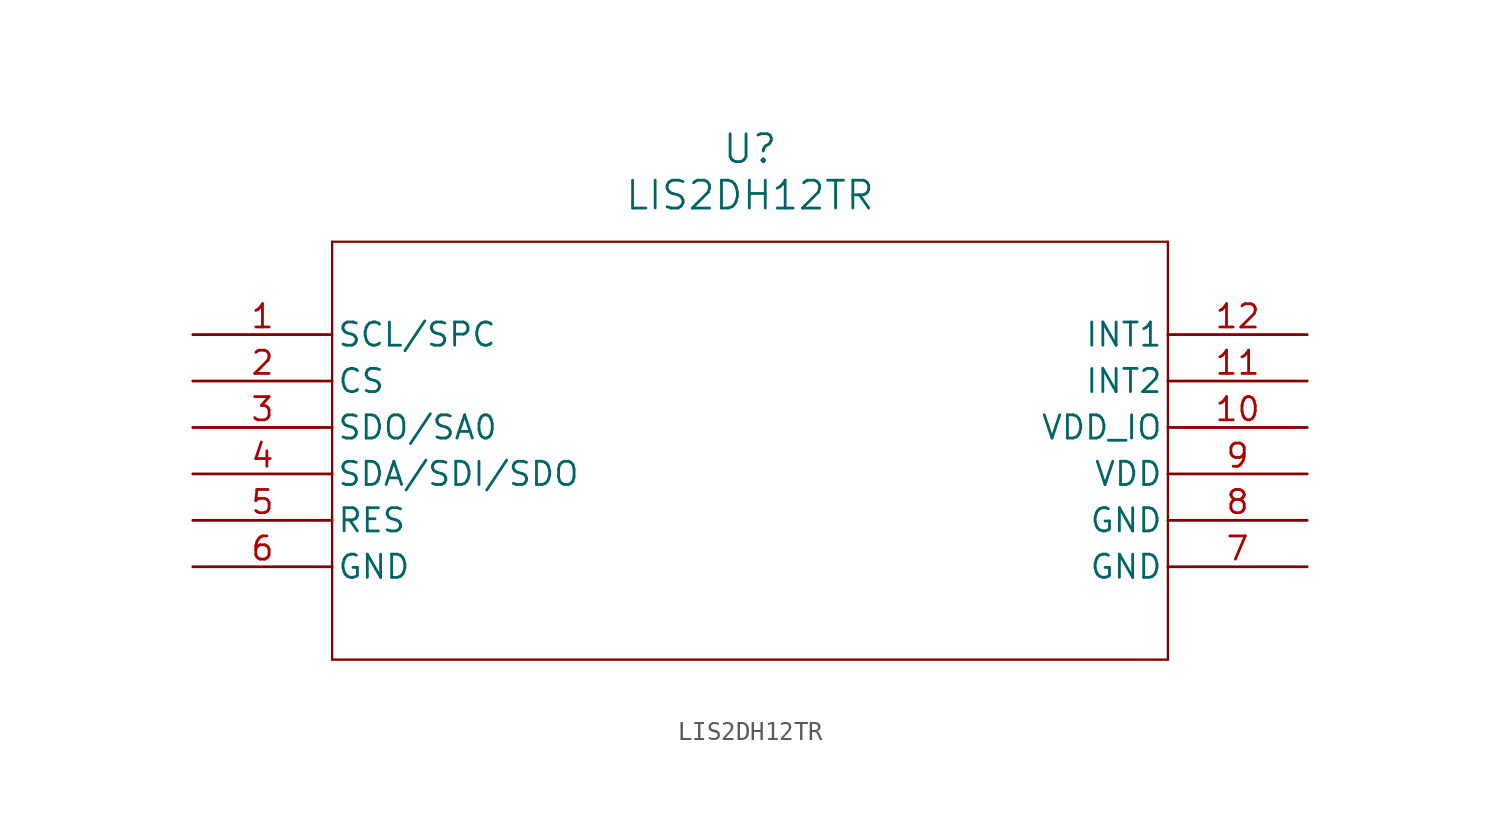
<source format=kicad_sym>
(kicad_symbol_lib
  (version 20211014)
  (generator kicad_symbol_editor)
  (symbol "LIS2DH12TR"
    (pin_names
      (offset 0.254))
    (property "Reference" "U"
      (at 30.48 10.16 0)
      (effects (font (size 1.524 1.524))))
    (property "Value" "LIS2DH12TR"
      (at 30.48 7.62 0)
      (effects (font (size 1.524 1.524))))
    (symbol "LIS2DH12TR_0_1"
      (polyline (pts (xy 7.62 5.08) (xy 7.62 -17.78)) (stroke (width 0.127) (type default) (color 0 0 0 0)) (fill (type none)))
      (polyline (pts (xy 7.62 -17.78) (xy 53.34 -17.78)) (stroke (width 0.127) (type default) (color 0 0 0 0)) (fill (type none)))
      (polyline (pts (xy 53.34 -17.78) (xy 53.34 5.08)) (stroke (width 0.127) (type default) (color 0 0 0 0)) (fill (type none)))
      (polyline (pts (xy 53.34 5.08) (xy 7.62 5.08)) (stroke (width 0.127) (type default) (color 0 0 0 0)) (fill (type none)))
      (pin bidirectional line (at 0 0 0) (length 7.62) (name "SCL/SPC" (effects (font (size 1.27 1.27)))) (number "1" (effects (font (size 1.27 1.27)))))
      (pin bidirectional line (at 0 -2.54 0) (length 7.62) (name "CS" (effects (font (size 1.27 1.27)))) (number "2" (effects (font (size 1.27 1.27)))))
      (pin bidirectional line (at 0 -5.08 0) (length 7.62) (name "SDO/SA0" (effects (font (size 1.27 1.27)))) (number "3" (effects (font (size 1.27 1.27)))))
      (pin bidirectional line (at 0 -7.62 0) (length 7.62) (name "SDA/SDI/SDO" (effects (font (size 1.27 1.27)))) (number "4" (effects (font (size 1.27 1.27)))))
      (pin unspecified line (at 0 -10.16 0) (length 7.62) (name "RES" (effects (font (size 1.27 1.27)))) (number "5" (effects (font (size 1.27 1.27)))))
      (pin power_in line (at 0 -12.7 0) (length 7.62) (name "GND" (effects (font (size 1.27 1.27)))) (number "6" (effects (font (size 1.27 1.27)))))
      (pin power_in line (at 60.96 -12.7 180) (length 7.62) (name "GND" (effects (font (size 1.27 1.27)))) (number "7" (effects (font (size 1.27 1.27)))))
      (pin power_in line (at 60.96 -10.16 180) (length 7.62) (name "GND" (effects (font (size 1.27 1.27)))) (number "8" (effects (font (size 1.27 1.27)))))
      (pin power_in line (at 60.96 -7.62 180) (length 7.62) (name "VDD" (effects (font (size 1.27 1.27)))) (number "9" (effects (font (size 1.27 1.27)))))
      (pin power_in line (at 60.96 -5.08 180) (length 7.62) (name "VDD_IO" (effects (font (size 1.27 1.27)))) (number "10" (effects (font (size 1.27 1.27)))))
      (pin unspecified line (at 60.96 -2.54 180) (length 7.62) (name "INT2" (effects (font (size 1.27 1.27)))) (number "11" (effects (font (size 1.27 1.27)))))
      (pin unspecified line (at 60.96 0 180) (length 7.62) (name "INT1" (effects (font (size 1.27 1.27)))) (number "12" (effects (font (size 1.27 1.27))))))))
</source>
